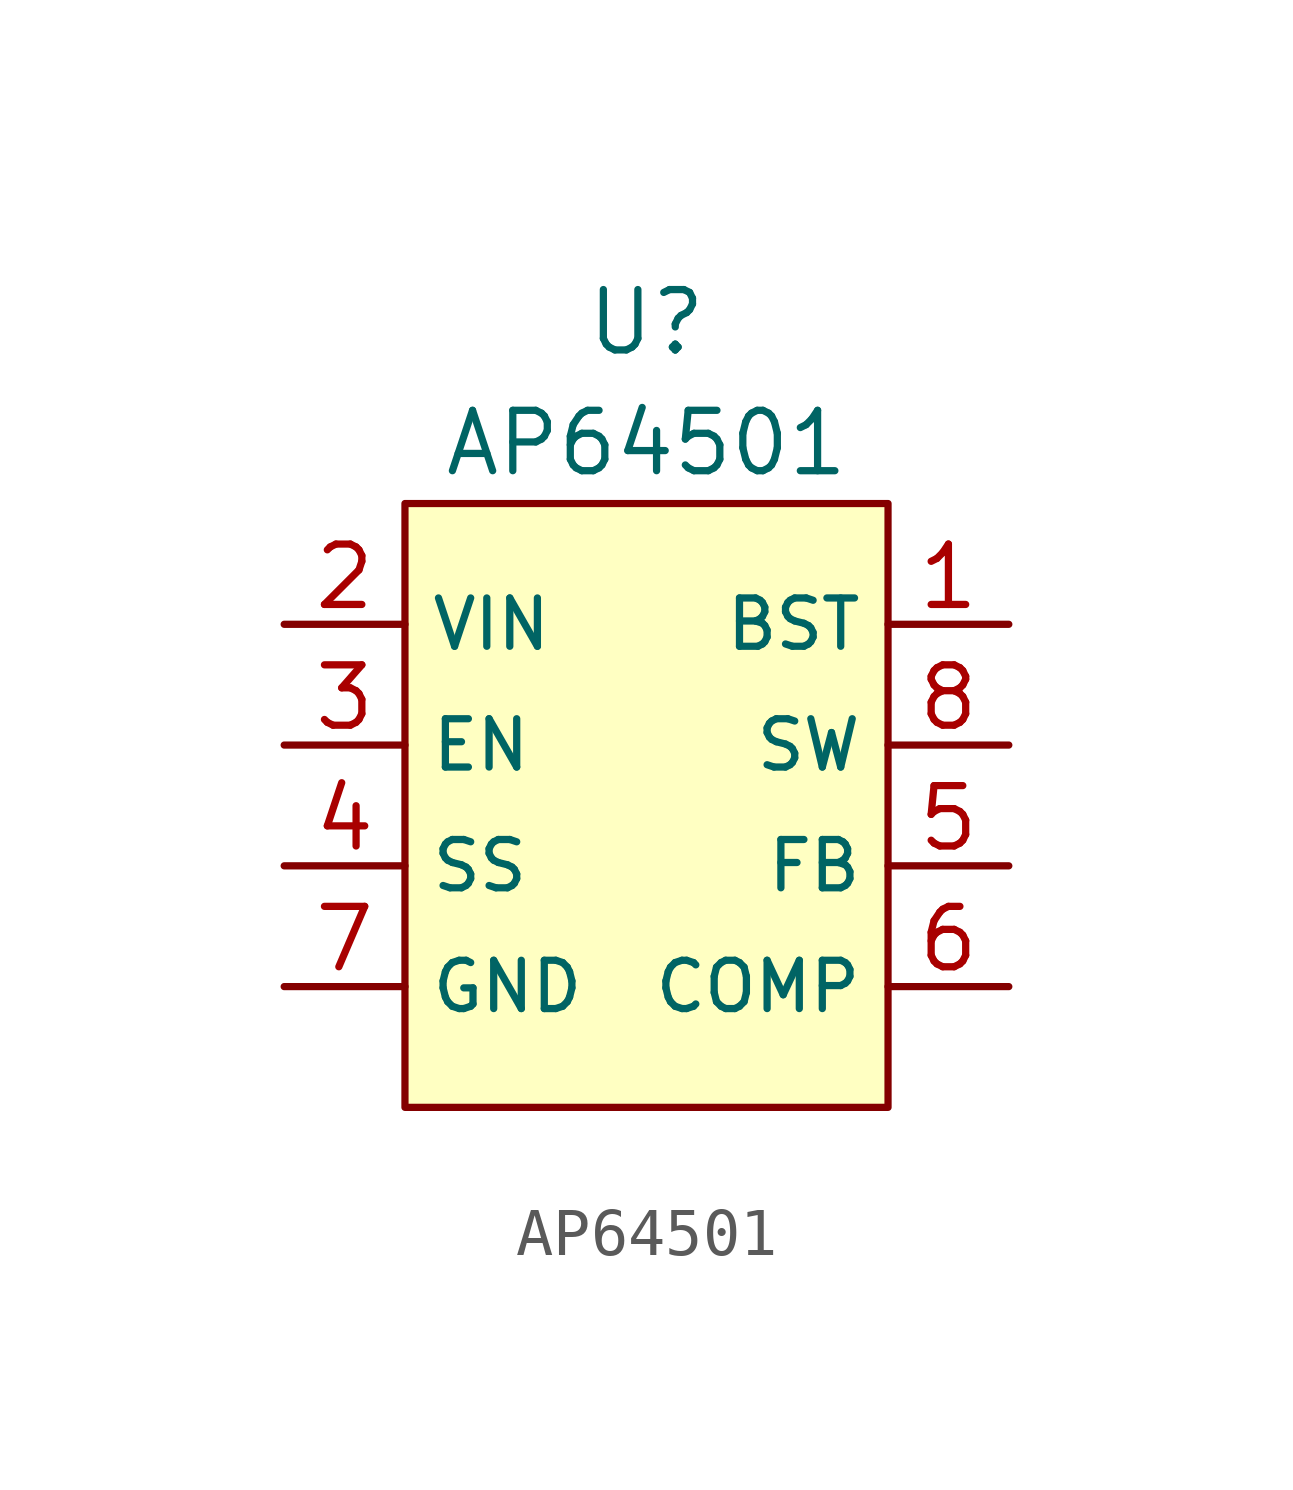
<source format=kicad_sym>
(kicad_symbol_lib
  (version 20201005)
  (generator kicad_symbol_editor)
  (symbol "CustomSymbols:AP64501"
    (property "Reference" "U"
      (at 0 10.16 0)
      (effects (font (size 1.27 1.27))))
    (property "Value" "AP64501"
      (at 0 7.62 0)
      (effects (font (size 1.27 1.27))))
    (symbol "AP64501_0_0"
      (pin input line (at 7.62 3.81 180) (length 2.54) (name "BST" (effects (font (size 1.016 1.016)))) (number "1" (effects (font (size 1.27 1.27)))))
      (pin power_in line (at -7.62 3.81 0) (length 2.54) (name "VIN" (effects (font (size 1.016 1.016)))) (number "2" (effects (font (size 1.27 1.27)))))
      (pin input line (at -7.62 1.27 0) (length 2.54) (name "EN" (effects (font (size 1.016 1.016)))) (number "3" (effects (font (size 1.27 1.27)))))
      (pin passive line (at -7.62 -1.27 0) (length 2.54) (name "SS" (effects (font (size 1.016 1.016)))) (number "4" (effects (font (size 1.27 1.27)))))
      (pin input line (at 7.62 -1.27 180) (length 2.54) (name "FB" (effects (font (size 1.016 1.016)))) (number "5" (effects (font (size 1.27 1.27)))))
      (pin input line (at 7.62 -3.81 180) (length 2.54) (name "COMP" (effects (font (size 1.016 1.016)))) (number "6" (effects (font (size 1.27 1.27)))))
      (pin power_in line (at -7.62 -3.81 0) (length 2.54) (name "GND" (effects (font (size 1.016 1.016)))) (number "7" (effects (font (size 1.27 1.27)))))
      (pin power_out line (at 7.62 1.27 180) (length 2.54) (name "SW" (effects (font (size 1.016 1.016)))) (number "8" (effects (font (size 1.27 1.27)))))
      (pin passive line (at -7.62 -3.81 0) (length 2.54) hide (name "EPAD" (effects (font (size 1.016 1.016)))) (number "9" (effects (font (size 1.27 1.27))))))
    (symbol "AP64501_0_1"
      (rectangle (start -5.08 6.35) (end 5.08 -6.35) (stroke (width 0.152)) (fill (type background))))))
</source>
